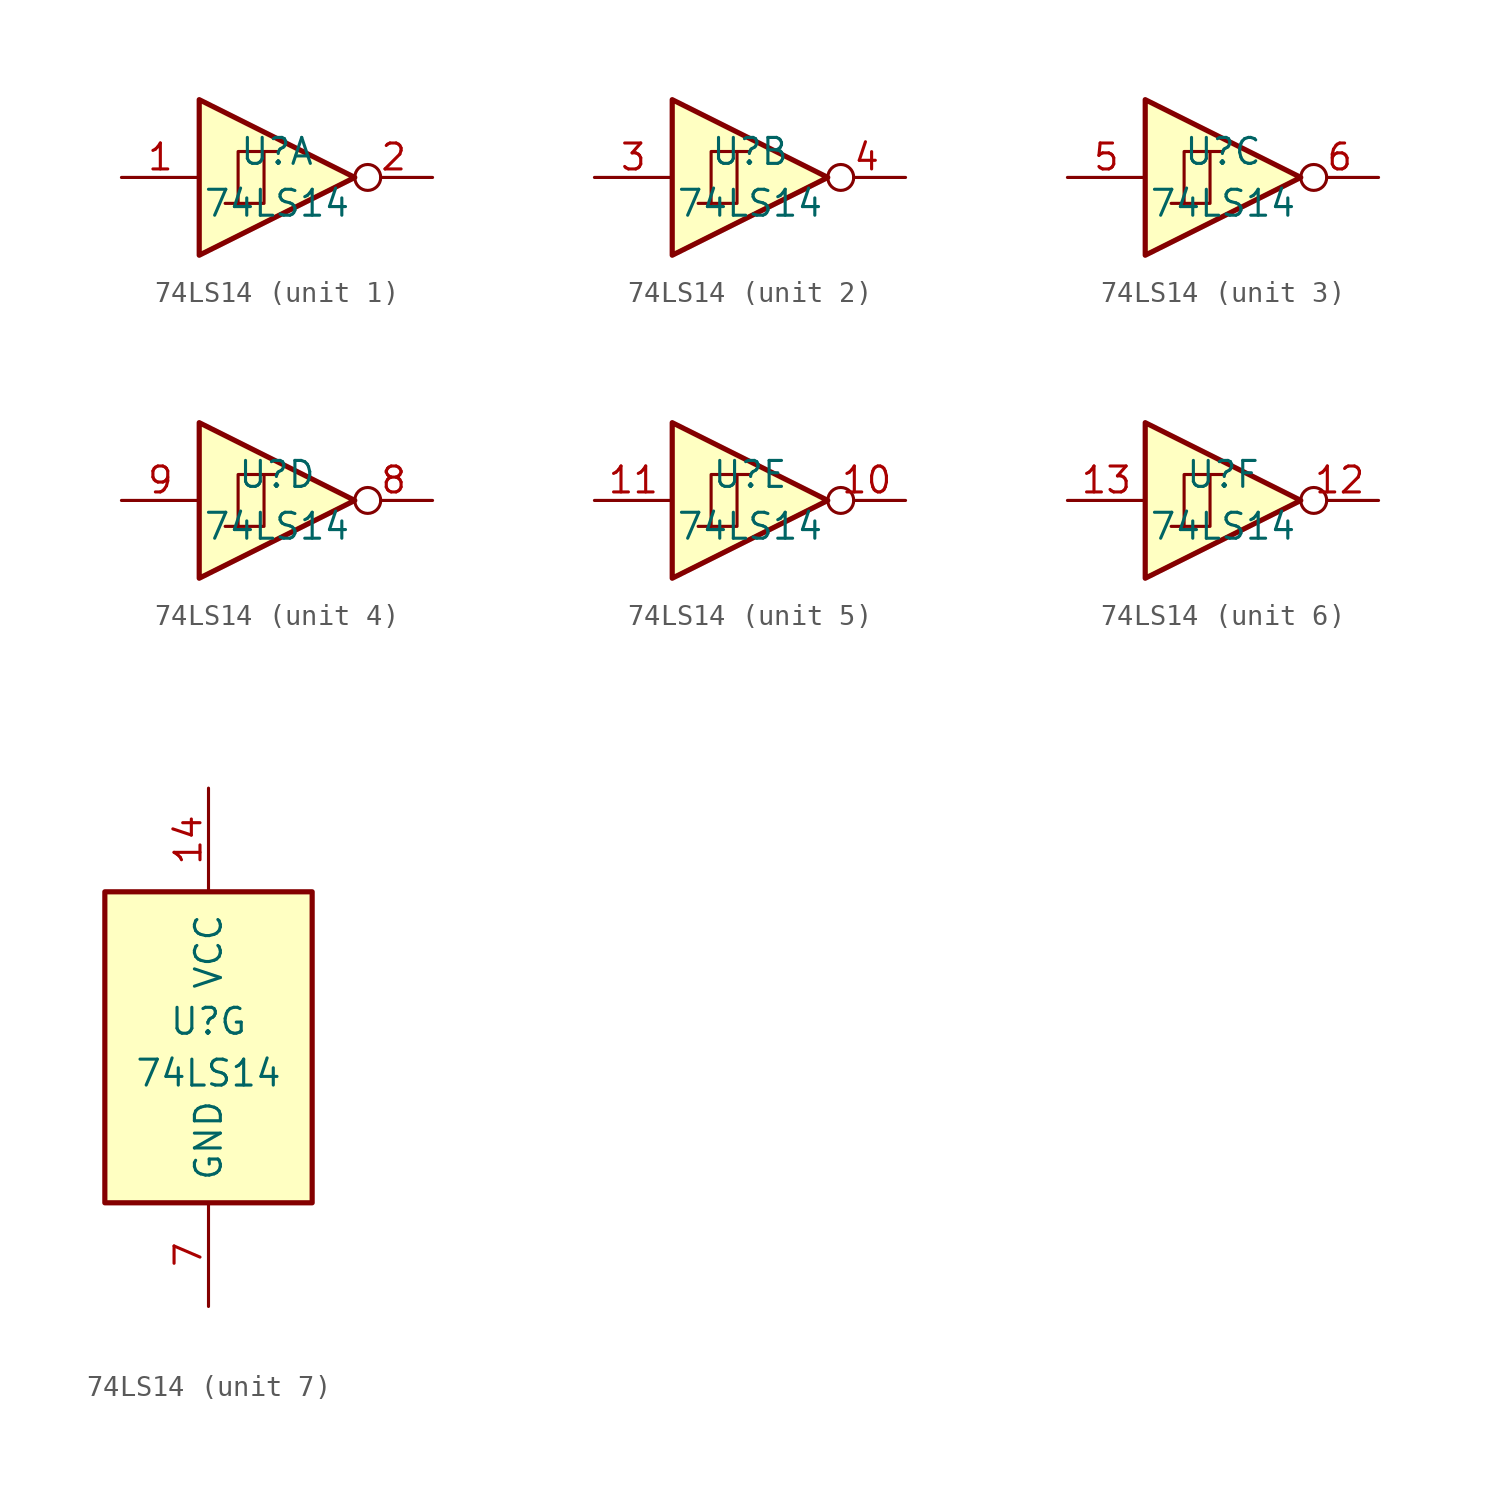
<source format=kicad_sym>
(kicad_symbol_lib
  (version 20220914)
  (generator kicad_symbol_editor)
  (symbol "74LS14"
    (pin_names
      (offset 1.016))
    (property "Reference" "U"
      (at 0 1.27 0)
      (effects (font (size 1.27 1.27))))
    (property "Value" "74LS14"
      (at 0 -1.27 0)
      (effects (font (size 1.27 1.27))))
    (property "ki_locked" ""
      (at 0 0 0)
      (effects (font (size 1.27 1.27))))
    (symbol "74LS14_1_0"
      (polyline (pts (xy -3.81 3.81) (xy -3.81 -3.81) (xy 3.81 0) (xy -3.81 3.81)) (stroke (width 0.254) (type default)) (fill (type background)))
      (pin input line (at -7.62 0 0) (length 3.81) (name "~" (effects (font (size 1.27 1.27)))) (number "1" (effects (font (size 1.27 1.27)))))
      (pin output inverted (at 7.62 0 180) (length 3.81) (name "~" (effects (font (size 1.27 1.27)))) (number "2" (effects (font (size 1.27 1.27))))))
    (symbol "74LS14_1_1"
      (polyline (pts (xy -1.905 -1.27) (xy -1.905 1.27) (xy -0.635 1.27)) (stroke (width 0) (type default)) (fill (type none)))
      (polyline (pts (xy -2.54 -1.27) (xy -0.635 -1.27) (xy -0.635 1.27) (xy 0 1.27)) (stroke (width 0) (type default)) (fill (type none))))
    (symbol "74LS14_2_0"
      (polyline (pts (xy -3.81 3.81) (xy -3.81 -3.81) (xy 3.81 0) (xy -3.81 3.81)) (stroke (width 0.254) (type default)) (fill (type background)))
      (pin input line (at -7.62 0 0) (length 3.81) (name "~" (effects (font (size 1.27 1.27)))) (number "3" (effects (font (size 1.27 1.27)))))
      (pin output inverted (at 7.62 0 180) (length 3.81) (name "~" (effects (font (size 1.27 1.27)))) (number "4" (effects (font (size 1.27 1.27))))))
    (symbol "74LS14_2_1"
      (polyline (pts (xy -1.905 -1.27) (xy -1.905 1.27) (xy -0.635 1.27)) (stroke (width 0) (type default)) (fill (type none)))
      (polyline (pts (xy -2.54 -1.27) (xy -0.635 -1.27) (xy -0.635 1.27) (xy 0 1.27)) (stroke (width 0) (type default)) (fill (type none))))
    (symbol "74LS14_3_0"
      (polyline (pts (xy -3.81 3.81) (xy -3.81 -3.81) (xy 3.81 0) (xy -3.81 3.81)) (stroke (width 0.254) (type default)) (fill (type background)))
      (pin input line (at -7.62 0 0) (length 3.81) (name "~" (effects (font (size 1.27 1.27)))) (number "5" (effects (font (size 1.27 1.27)))))
      (pin output inverted (at 7.62 0 180) (length 3.81) (name "~" (effects (font (size 1.27 1.27)))) (number "6" (effects (font (size 1.27 1.27))))))
    (symbol "74LS14_3_1"
      (polyline (pts (xy -1.905 -1.27) (xy -1.905 1.27) (xy -0.635 1.27)) (stroke (width 0) (type default)) (fill (type none)))
      (polyline (pts (xy -2.54 -1.27) (xy -0.635 -1.27) (xy -0.635 1.27) (xy 0 1.27)) (stroke (width 0) (type default)) (fill (type none))))
    (symbol "74LS14_4_0"
      (polyline (pts (xy -3.81 3.81) (xy -3.81 -3.81) (xy 3.81 0) (xy -3.81 3.81)) (stroke (width 0.254) (type default)) (fill (type background)))
      (pin output inverted (at 7.62 0 180) (length 3.81) (name "~" (effects (font (size 1.27 1.27)))) (number "8" (effects (font (size 1.27 1.27)))))
      (pin input line (at -7.62 0 0) (length 3.81) (name "~" (effects (font (size 1.27 1.27)))) (number "9" (effects (font (size 1.27 1.27))))))
    (symbol "74LS14_4_1"
      (polyline (pts (xy -1.905 -1.27) (xy -1.905 1.27) (xy -0.635 1.27)) (stroke (width 0) (type default)) (fill (type none)))
      (polyline (pts (xy -2.54 -1.27) (xy -0.635 -1.27) (xy -0.635 1.27) (xy 0 1.27)) (stroke (width 0) (type default)) (fill (type none))))
    (symbol "74LS14_5_0"
      (polyline (pts (xy -3.81 3.81) (xy -3.81 -3.81) (xy 3.81 0) (xy -3.81 3.81)) (stroke (width 0.254) (type default)) (fill (type background)))
      (pin output inverted (at 7.62 0 180) (length 3.81) (name "~" (effects (font (size 1.27 1.27)))) (number "10" (effects (font (size 1.27 1.27)))))
      (pin input line (at -7.62 0 0) (length 3.81) (name "~" (effects (font (size 1.27 1.27)))) (number "11" (effects (font (size 1.27 1.27))))))
    (symbol "74LS14_5_1"
      (polyline (pts (xy -1.905 -1.27) (xy -1.905 1.27) (xy -0.635 1.27)) (stroke (width 0) (type default)) (fill (type none)))
      (polyline (pts (xy -2.54 -1.27) (xy -0.635 -1.27) (xy -0.635 1.27) (xy 0 1.27)) (stroke (width 0) (type default)) (fill (type none))))
    (symbol "74LS14_6_0"
      (polyline (pts (xy -3.81 3.81) (xy -3.81 -3.81) (xy 3.81 0) (xy -3.81 3.81)) (stroke (width 0.254) (type default)) (fill (type background)))
      (pin output inverted (at 7.62 0 180) (length 3.81) (name "~" (effects (font (size 1.27 1.27)))) (number "12" (effects (font (size 1.27 1.27)))))
      (pin input line (at -7.62 0 0) (length 3.81) (name "~" (effects (font (size 1.27 1.27)))) (number "13" (effects (font (size 1.27 1.27))))))
    (symbol "74LS14_6_1"
      (polyline (pts (xy -1.905 -1.27) (xy -1.905 1.27) (xy -0.635 1.27)) (stroke (width 0) (type default)) (fill (type none)))
      (polyline (pts (xy -2.54 -1.27) (xy -0.635 -1.27) (xy -0.635 1.27) (xy 0 1.27)) (stroke (width 0) (type default)) (fill (type none))))
    (symbol "74LS14_7_0"
      (pin power_in line (at 0 12.7 270) (length 5.08) (name "VCC" (effects (font (size 1.27 1.27)))) (number "14" (effects (font (size 1.27 1.27)))))
      (pin power_in line (at 0 -12.7 90) (length 5.08) (name "GND" (effects (font (size 1.27 1.27)))) (number "7" (effects (font (size 1.27 1.27))))))
    (symbol "74LS14_7_1"
      (rectangle (start -5.08 7.62) (end 5.08 -7.62) (stroke (width 0.254) (type default)) (fill (type background))))))
</source>
